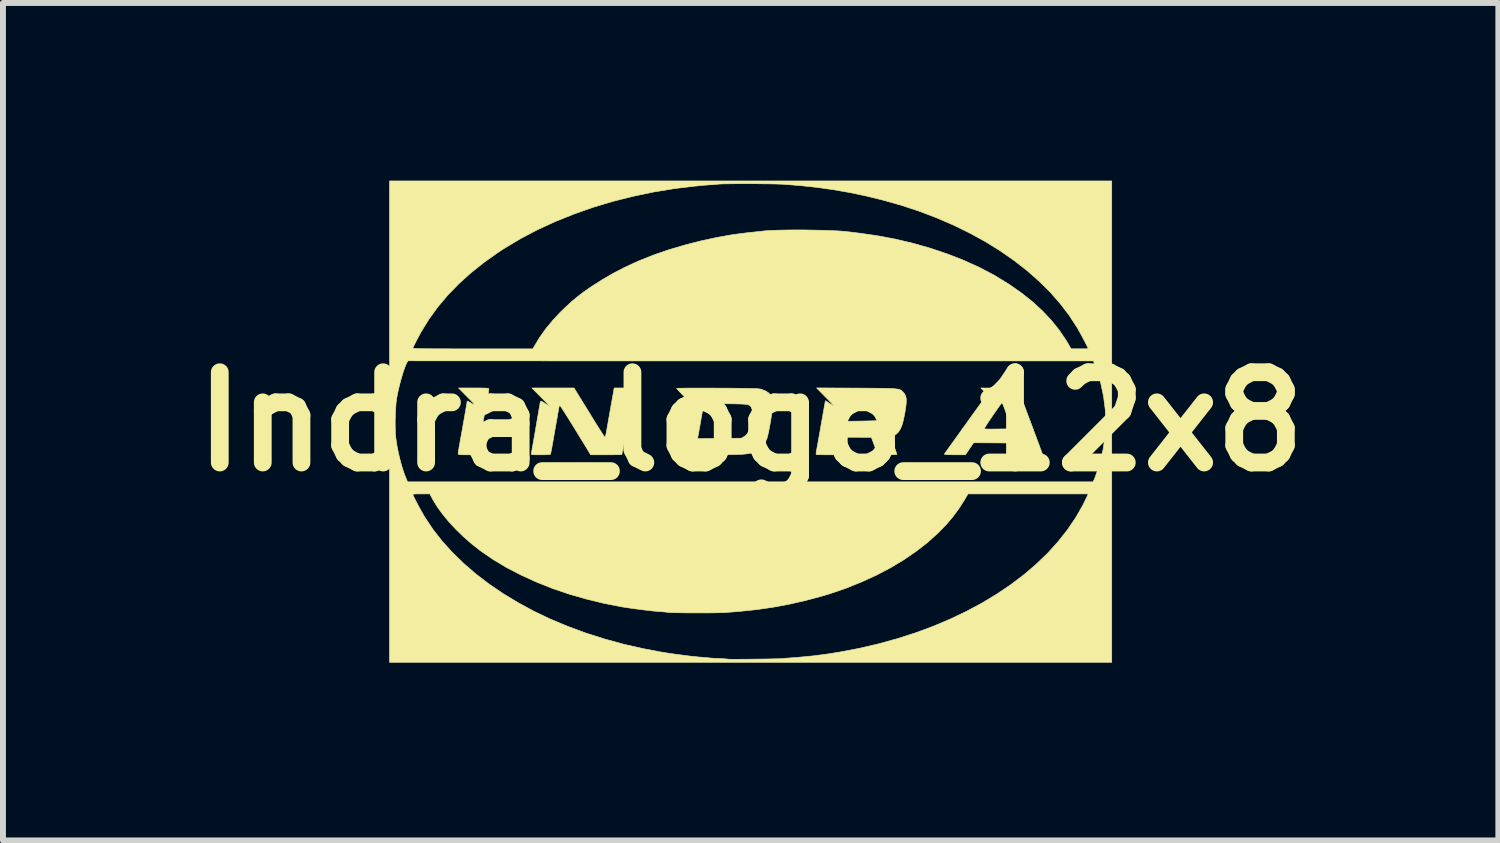
<source format=kicad_pcb>
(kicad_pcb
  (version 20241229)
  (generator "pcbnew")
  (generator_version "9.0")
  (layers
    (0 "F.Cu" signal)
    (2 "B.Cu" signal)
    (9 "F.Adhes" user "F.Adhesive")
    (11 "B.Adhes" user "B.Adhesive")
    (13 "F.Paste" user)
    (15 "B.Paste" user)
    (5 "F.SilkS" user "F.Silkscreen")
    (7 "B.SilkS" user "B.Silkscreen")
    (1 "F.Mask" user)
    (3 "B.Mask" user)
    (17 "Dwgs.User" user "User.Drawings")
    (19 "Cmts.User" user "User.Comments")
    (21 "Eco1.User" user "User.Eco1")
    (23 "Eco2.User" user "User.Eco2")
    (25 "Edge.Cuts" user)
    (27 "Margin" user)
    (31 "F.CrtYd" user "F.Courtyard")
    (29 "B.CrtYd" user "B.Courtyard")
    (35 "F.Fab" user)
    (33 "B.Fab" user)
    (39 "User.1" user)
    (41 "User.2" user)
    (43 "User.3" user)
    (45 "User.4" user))
  (footprint "Indra_logo_12x8"
    (layer "F.Cu")
    (at 9.623 4.069)
    (property "Reference" "Indra_logo_12x8" (at 0 0 0) (layer "F.SilkS") (effects (font (size 1.524 1.524) (thickness 0.3))))
    (attr through_hole)
    (fp_poly (pts (xy -4.596 -0.569) (xy -4.534 -0.568) (xy -4.488 -0.567) (xy -4.455 -0.566) (xy -4.435 -0.563) (xy -4.424 -0.56) (xy -4.42 -0.555) (xy -4.42 -0.554) (xy -4.421 -0.539) (xy -4.426 -0.509) (xy -4.433 -0.466) (xy -4.442 -0.416) (xy -4.444 -0.405) (xy -4.456 -0.34) (xy -4.469 -0.265) (xy -4.483 -0.189) (xy -4.495 -0.122) (xy -4.52 0.023) (xy -4.542 0.148) (xy -4.561 0.255) (xy -4.577 0.345) (xy -4.589 0.417) (xy -4.599 0.473) (xy -4.606 0.514) (xy -4.611 0.54) (xy -4.613 0.552) (xy -4.613 0.554) (xy -4.622 0.555) (xy -4.649 0.557) (xy -4.689 0.558) (xy -4.739 0.559) (xy -4.775 0.559) (xy -4.836 0.559) (xy -4.879 0.558) (xy -4.908 0.557) (xy -4.925 0.554) (xy -4.934 0.55) (xy -4.937 0.544) (xy -4.938 0.536) (xy -4.936 0.519) (xy -4.931 0.485) (xy -4.924 0.439) (xy -4.914 0.385) (xy -4.907 0.345) (xy -4.886 0.228) (xy -4.866 0.118) (xy -4.848 0.015) (xy -4.831 -0.078) (xy -4.817 -0.16) (xy -4.805 -0.23) (xy -4.795 -0.285) (xy -4.789 -0.324) (xy -4.786 -0.345) (xy -4.785 -0.348) (xy -4.777 -0.346) (xy -4.756 -0.336) (xy -4.725 -0.318) (xy -4.702 -0.304) (xy -4.618 -0.252) (xy -4.775 -0.41) (xy -4.932 -0.569) (xy -4.676 -0.569) (xy -4.596 -0.569)) (stroke (width 0.01) (type solid)) (fill yes) (layer "F.SilkS"))
    (fp_poly (pts (xy 4.199 -0.567) (xy 4.512 -0.564) (xy 4.713 -0.025) (xy 4.751 0.075) (xy 4.786 0.17) (xy 4.819 0.257) (xy 4.848 0.336) (xy 4.874 0.405) (xy 4.894 0.461) (xy 4.91 0.503) (xy 4.919 0.528) (xy 4.922 0.536) (xy 4.929 0.559) (xy 4.564 0.559) (xy 4.529 0.46) (xy 4.493 0.361) (xy 4.129 0.358) (xy 3.764 0.356) (xy 3.695 0.457) (xy 3.626 0.559) (xy 3.449 0.559) (xy 3.391 0.558) (xy 3.342 0.557) (xy 3.303 0.555) (xy 3.279 0.552) (xy 3.272 0.55) (xy 3.277 0.536) (xy 3.29 0.517) (xy 3.3 0.504) (xy 3.32 0.477) (xy 3.349 0.436) (xy 3.387 0.383) (xy 3.432 0.321) (xy 3.483 0.25) (xy 3.539 0.172) (xy 3.574 0.122) (xy 3.943 0.122) (xy 3.955 0.123) (xy 3.984 0.124) (xy 4.027 0.125) (xy 4.082 0.125) (xy 4.146 0.124) (xy 4.179 0.124) (xy 4.408 0.121) (xy 4.362 -0.008) (xy 4.341 -0.066) (xy 4.319 -0.128) (xy 4.299 -0.185) (xy 4.284 -0.227) (xy 4.269 -0.266) (xy 4.256 -0.297) (xy 4.247 -0.315) (xy 4.244 -0.319) (xy 4.236 -0.311) (xy 4.219 -0.29) (xy 4.194 -0.256) (xy 4.164 -0.214) (xy 4.13 -0.166) (xy 4.095 -0.115) (xy 4.059 -0.062) (xy 4.025 -0.012) (xy 3.994 0.035) (xy 3.969 0.074) (xy 3.952 0.103) (xy 3.943 0.119) (xy 3.943 0.122) (xy 3.574 0.122) (xy 3.598 0.089) (xy 3.622 0.056) (xy 3.682 -0.028) (xy 3.739 -0.108) (xy 3.792 -0.181) (xy 3.839 -0.246) (xy 3.88 -0.302) (xy 3.913 -0.347) (xy 3.937 -0.38) (xy 3.95 -0.398) (xy 3.953 -0.401) (xy 3.964 -0.411) (xy 3.975 -0.414) (xy 3.991 -0.407) (xy 4.019 -0.391) (xy 4.02 -0.39) (xy 4.054 -0.369) (xy 4.086 -0.349) (xy 4.1 -0.341) (xy 4.103 -0.341) (xy 4.093 -0.354) (xy 4.073 -0.378) (xy 4.043 -0.41) (xy 4.008 -0.445) (xy 3.886 -0.569) (xy 4.199 -0.567)) (stroke (width 0.01) (type solid)) (fill yes) (layer "F.SilkS"))
    (fp_poly (pts (xy -2.082 -0.569) (xy -2.038 -0.568) (xy -2.01 -0.566) (xy -1.992 -0.564) (xy -1.984 -0.559) (xy -1.981 -0.553) (xy -1.981 -0.551) (xy -1.983 -0.536) (xy -1.988 -0.504) (xy -1.995 -0.459) (xy -2.004 -0.406) (xy -2.012 -0.361) (xy -2.024 -0.293) (xy -2.036 -0.222) (xy -2.048 -0.155) (xy -2.058 -0.098) (xy -2.062 -0.076) (xy -2.071 -0.023) (xy -2.083 0.042) (xy -2.095 0.112) (xy -2.106 0.179) (xy -2.108 0.188) (xy -2.119 0.252) (xy -2.131 0.321) (xy -2.143 0.385) (xy -2.153 0.438) (xy -2.154 0.445) (xy -2.163 0.489) (xy -2.169 0.524) (xy -2.173 0.548) (xy -2.174 0.554) (xy -2.184 0.555) (xy -2.211 0.557) (xy -2.254 0.557) (xy -2.308 0.558) (xy -2.373 0.559) (xy -2.437 0.559) (xy -2.701 0.559) (xy -2.801 0.394) (xy -2.878 0.269) (xy -2.948 0.154) (xy -3.011 0.052) (xy -3.067 -0.038) (xy -3.116 -0.115) (xy -3.155 -0.177) (xy -3.186 -0.225) (xy -3.208 -0.257) (xy -3.22 -0.273) (xy -3.222 -0.274) (xy -3.226 -0.273) (xy -3.23 -0.268) (xy -3.233 -0.256) (xy -3.238 -0.234) (xy -3.245 -0.198) (xy -3.254 -0.146) (xy -3.256 -0.137) (xy -3.264 -0.086) (xy -3.275 -0.024) (xy -3.286 0.037) (xy -3.291 0.066) (xy -3.3 0.115) (xy -3.311 0.178) (xy -3.323 0.248) (xy -3.335 0.319) (xy -3.343 0.36) (xy -3.353 0.419) (xy -3.363 0.471) (xy -3.371 0.512) (xy -3.377 0.54) (xy -3.38 0.551) (xy -3.391 0.554) (xy -3.419 0.556) (xy -3.46 0.558) (xy -3.511 0.559) (xy -3.547 0.559) (xy -3.608 0.559) (xy -3.651 0.558) (xy -3.68 0.556) (xy -3.697 0.554) (xy -3.704 0.55) (xy -3.705 0.544) (xy -3.704 0.541) (xy -3.701 0.525) (xy -3.695 0.493) (xy -3.687 0.449) (xy -3.678 0.398) (xy -3.674 0.376) (xy -3.647 0.223) (xy -3.624 0.089) (xy -3.605 -0.026) (xy -3.588 -0.122) (xy -3.575 -0.199) (xy -3.564 -0.259) (xy -3.557 -0.301) (xy -3.552 -0.326) (xy -3.551 -0.333) (xy -3.547 -0.343) (xy -3.541 -0.347) (xy -3.528 -0.343) (xy -3.505 -0.329) (xy -3.477 -0.312) (xy -3.443 -0.29) (xy -3.414 -0.272) (xy -3.395 -0.261) (xy -3.393 -0.26) (xy -3.396 -0.264) (xy -3.411 -0.281) (xy -3.436 -0.308) (xy -3.471 -0.344) (xy -3.513 -0.387) (xy -3.536 -0.41) (xy -3.693 -0.569) (xy -3.337 -0.569) (xy -2.982 -0.569) (xy -2.727 -0.156) (xy -2.676 -0.073) (xy -2.628 0.005) (xy -2.584 0.075) (xy -2.545 0.137) (xy -2.512 0.188) (xy -2.487 0.227) (xy -2.47 0.252) (xy -2.462 0.261) (xy -2.462 0.261) (xy -2.455 0.254) (xy -2.447 0.228) (xy -2.438 0.188) (xy -2.434 0.166) (xy -2.418 0.076) (xy -2.403 -0.013) (xy -2.387 -0.1) (xy -2.373 -0.181) (xy -2.36 -0.253) (xy -2.35 -0.311) (xy -2.342 -0.353) (xy -2.342 -0.356) (xy -2.333 -0.406) (xy -2.323 -0.46) (xy -2.316 -0.5) (xy -2.304 -0.569) (xy -2.143 -0.569) (xy -2.082 -0.569)) (stroke (width 0.01) (type solid)) (fill yes) (layer "F.SilkS"))
    (fp_poly (pts (xy -0.74 -0.567) (xy -0.628 -0.567) (xy -0.561 -0.566) (xy -0.424 -0.566) (xy -0.306 -0.565) (xy -0.205 -0.564) (xy -0.12 -0.563) (xy -0.049 -0.562) (xy 0.009 -0.561) (xy 0.057 -0.559) (xy 0.094 -0.558) (xy 0.124 -0.556) (xy 0.147 -0.553) (xy 0.165 -0.55) (xy 0.18 -0.547) (xy 0.186 -0.545) (xy 0.257 -0.517) (xy 0.311 -0.479) (xy 0.348 -0.43) (xy 0.369 -0.369) (xy 0.376 -0.299) (xy 0.374 -0.265) (xy 0.368 -0.216) (xy 0.36 -0.155) (xy 0.349 -0.086) (xy 0.337 -0.013) (xy 0.324 0.061) (xy 0.311 0.131) (xy 0.298 0.193) (xy 0.286 0.245) (xy 0.276 0.281) (xy 0.274 0.288) (xy 0.234 0.368) (xy 0.181 0.434) (xy 0.116 0.485) (xy 0.063 0.511) (xy 0.037 0.521) (xy 0.011 0.529) (xy -0.018 0.536) (xy -0.052 0.541) (xy -0.091 0.546) (xy -0.138 0.55) (xy -0.195 0.553) (xy -0.263 0.555) (xy -0.344 0.556) (xy -0.44 0.557) (xy -0.552 0.558) (xy -0.682 0.558) (xy -0.709 0.558) (xy -0.813 0.558) (xy -0.912 0.558) (xy -1.002 0.558) (xy -1.082 0.557) (xy -1.15 0.556) (xy -1.205 0.555) (xy -1.244 0.554) (xy -1.266 0.552) (xy -1.27 0.551) (xy -1.268 0.535) (xy -1.263 0.502) (xy -1.256 0.455) (xy -1.245 0.396) (xy -1.233 0.328) (xy -1.226 0.286) (xy -0.897 0.286) (xy -0.527 0.283) (xy -0.157 0.279) (xy -0.11 0.252) (xy -0.082 0.232) (xy -0.059 0.207) (xy -0.04 0.174) (xy -0.024 0.13) (xy -0.009 0.072) (xy 0.006 -0.002) (xy 0.017 -0.067) (xy 0.025 -0.115) (xy 0.029 -0.151) (xy 0.029 -0.178) (xy 0.026 -0.2) (xy 0.019 -0.22) (xy 0.016 -0.228) (xy 0.008 -0.246) (xy -0.001 -0.26) (xy -0.013 -0.272) (xy -0.029 -0.281) (xy -0.053 -0.288) (xy -0.086 -0.293) (xy -0.129 -0.297) (xy -0.185 -0.299) (xy -0.257 -0.301) (xy -0.344 -0.302) (xy -0.428 -0.303) (xy -0.79 -0.306) (xy -0.796 -0.272) (xy -0.8 -0.253) (xy -0.807 -0.217) (xy -0.816 -0.167) (xy -0.826 -0.108) (xy -0.838 -0.042) (xy -0.843 -0.01) (xy -0.855 0.058) (xy -0.866 0.12) (xy -0.876 0.175) (xy -0.884 0.218) (xy -0.889 0.245) (xy -0.89 0.252) (xy -0.897 0.286) (xy -1.226 0.286) (xy -1.22 0.253) (xy -1.206 0.173) (xy -1.191 0.091) (xy -1.175 0.01) (xy -1.161 -0.069) (xy -1.147 -0.142) (xy -1.134 -0.208) (xy -1.123 -0.264) (xy -1.114 -0.307) (xy -1.108 -0.335) (xy -1.105 -0.345) (xy -1.105 -0.345) (xy -1.09 -0.34) (xy -1.069 -0.327) (xy -1.068 -0.327) (xy -1.03 -0.301) (xy -1.005 -0.287) (xy -0.994 -0.283) (xy -0.997 -0.291) (xy -1.013 -0.312) (xy -1.044 -0.345) (xy -1.089 -0.391) (xy -1.105 -0.408) (xy -1.149 -0.452) (xy -1.187 -0.492) (xy -1.218 -0.525) (xy -1.24 -0.549) (xy -1.249 -0.561) (xy -1.25 -0.562) (xy -1.24 -0.563) (xy -1.211 -0.565) (xy -1.166 -0.565) (xy -1.105 -0.566) (xy -1.03 -0.567) (xy -0.943 -0.567) (xy -0.846 -0.567) (xy -0.74 -0.567)) (stroke (width 0.01) (type solid)) (fill yes) (layer "F.SilkS"))
    (fp_poly (pts (xy 1.783 -0.567) (xy 1.923 -0.566) (xy 2.043 -0.565) (xy 2.147 -0.564) (xy 2.235 -0.563) (xy 2.308 -0.562) (xy 2.368 -0.56) (xy 2.417 -0.557) (xy 2.456 -0.553) (xy 2.487 -0.549) (xy 2.511 -0.543) (xy 2.53 -0.536) (xy 2.544 -0.527) (xy 2.556 -0.517) (xy 2.568 -0.506) (xy 2.58 -0.492) (xy 2.58 -0.492) (xy 2.601 -0.464) (xy 2.616 -0.435) (xy 2.625 -0.4) (xy 2.628 -0.359) (xy 2.626 -0.306) (xy 2.618 -0.24) (xy 2.605 -0.158) (xy 2.602 -0.141) (xy 2.582 -0.043) (xy 2.562 0.037) (xy 2.538 0.101) (xy 2.511 0.152) (xy 2.479 0.192) (xy 2.441 0.223) (xy 2.421 0.236) (xy 2.389 0.255) (xy 2.374 0.27) (xy 2.373 0.283) (xy 2.373 0.283) (xy 2.382 0.309) (xy 2.396 0.345) (xy 2.411 0.387) (xy 2.427 0.432) (xy 2.443 0.476) (xy 2.456 0.513) (xy 2.465 0.54) (xy 2.469 0.552) (xy 2.469 0.552) (xy 2.459 0.555) (xy 2.433 0.556) (xy 2.393 0.558) (xy 2.343 0.559) (xy 2.307 0.559) (xy 2.146 0.559) (xy 2.092 0.411) (xy 2.038 0.264) (xy 1.789 0.263) (xy 1.703 0.263) (xy 1.635 0.263) (xy 1.584 0.263) (xy 1.546 0.264) (xy 1.519 0.265) (xy 1.502 0.267) (xy 1.491 0.269) (xy 1.485 0.273) (xy 1.482 0.276) (xy 1.477 0.291) (xy 1.471 0.319) (xy 1.465 0.356) (xy 1.464 0.359) (xy 1.456 0.408) (xy 1.447 0.46) (xy 1.441 0.495) (xy 1.43 0.559) (xy 1.271 0.559) (xy 1.216 0.558) (xy 1.168 0.558) (xy 1.132 0.556) (xy 1.11 0.555) (xy 1.105 0.553) (xy 1.105 0.541) (xy 1.107 0.515) (xy 1.113 0.481) (xy 1.114 0.48) (xy 1.118 0.454) (xy 1.126 0.41) (xy 1.137 0.352) (xy 1.149 0.283) (xy 1.163 0.206) (xy 1.177 0.123) (xy 1.188 0.06) (xy 1.203 -0.024) (xy 1.203 -0.025) (xy 1.535 -0.025) (xy 1.535 -0.02) (xy 1.538 -0.015) (xy 1.545 -0.012) (xy 1.559 -0.01) (xy 1.581 -0.008) (xy 1.614 -0.008) (xy 1.659 -0.007) (xy 1.719 -0.008) (xy 1.796 -0.009) (xy 1.867 -0.01) (xy 1.967 -0.012) (xy 2.049 -0.014) (xy 2.113 -0.016) (xy 2.161 -0.019) (xy 2.195 -0.022) (xy 2.216 -0.026) (xy 2.222 -0.028) (xy 2.243 -0.047) (xy 2.261 -0.071) (xy 2.273 -0.104) (xy 2.282 -0.146) (xy 2.287 -0.189) (xy 2.287 -0.227) (xy 2.284 -0.246) (xy 2.278 -0.26) (xy 2.27 -0.271) (xy 2.258 -0.28) (xy 2.24 -0.287) (xy 2.214 -0.292) (xy 2.177 -0.296) (xy 2.128 -0.298) (xy 2.064 -0.299) (xy 1.984 -0.3) (xy 1.901 -0.3) (xy 1.58 -0.3) (xy 1.558 -0.173) (xy 1.549 -0.123) (xy 1.542 -0.078) (xy 1.537 -0.045) (xy 1.535 -0.026) (xy 1.535 -0.025) (xy 1.203 -0.025) (xy 1.217 -0.102) (xy 1.229 -0.172) (xy 1.24 -0.232) (xy 1.248 -0.279) (xy 1.254 -0.311) (xy 1.256 -0.323) (xy 1.262 -0.354) (xy 1.33 -0.311) (xy 1.364 -0.289) (xy 1.392 -0.272) (xy 1.411 -0.261) (xy 1.412 -0.26) (xy 1.41 -0.264) (xy 1.395 -0.281) (xy 1.369 -0.308) (xy 1.335 -0.344) (xy 1.293 -0.387) (xy 1.27 -0.41) (xy 1.113 -0.57) (xy 1.783 -0.567)) (stroke (width 0.01) (type solid)) (fill yes) (layer "F.SilkS"))
    (fp_poly (pts (xy 6.096 4.064) (xy -6.096 4.064) (xy -6.096 1.23) (xy -5.703 1.23) (xy -5.702 1.236) (xy -5.702 1.237) (xy -5.689 1.266) (xy -5.667 1.309) (xy -5.64 1.362) (xy -5.609 1.42) (xy -5.577 1.479) (xy -5.546 1.535) (xy -5.518 1.584) (xy -5.5 1.614) (xy -5.364 1.818) (xy -5.209 2.016) (xy -5.036 2.207) (xy -4.846 2.392) (xy -4.64 2.57) (xy -4.418 2.74) (xy -4.18 2.902) (xy -3.929 3.054) (xy -3.665 3.197) (xy -3.388 3.33) (xy -3.099 3.451) (xy -2.8 3.562) (xy -2.769 3.573) (xy -2.455 3.672) (xy -2.14 3.758) (xy -1.818 3.831) (xy -1.526 3.887) (xy -1.455 3.898) (xy -1.374 3.911) (xy -1.284 3.924) (xy -1.191 3.936) (xy -1.099 3.948) (xy -1.011 3.959) (xy -0.932 3.967) (xy -0.865 3.974) (xy -0.823 3.977) (xy -0.779 3.981) (xy -0.74 3.984) (xy -0.713 3.987) (xy -0.706 3.988) (xy -0.689 3.99) (xy -0.656 3.992) (xy -0.611 3.995) (xy -0.558 3.998) (xy -0.533 3.999) (xy -0.48 4.001) (xy -0.434 4.004) (xy -0.399 4.007) (xy -0.379 4.009) (xy -0.376 4.01) (xy -0.365 4.011) (xy -0.336 4.011) (xy -0.292 4.012) (xy -0.235 4.012) (xy -0.168 4.011) (xy -0.093 4.011) (xy -0.012 4.01) (xy 0.071 4.009) (xy 0.155 4.008) (xy 0.237 4.007) (xy 0.314 4.006) (xy 0.384 4.004) (xy 0.444 4.003) (xy 0.493 4.002) (xy 0.527 4.001) (xy 0.543 3.999) (xy 0.544 3.999) (xy 0.567 3.996) (xy 0.604 3.993) (xy 0.649 3.99) (xy 0.676 3.988) (xy 0.724 3.984) (xy 0.787 3.979) (xy 0.858 3.973) (xy 0.932 3.966) (xy 1.002 3.959) (xy 1.063 3.953) (xy 1.107 3.947) (xy 1.187 3.937) (xy 1.254 3.928) (xy 1.313 3.92) (xy 1.371 3.911) (xy 1.435 3.9) (xy 1.494 3.891) (xy 1.83 3.827) (xy 2.158 3.751) (xy 2.476 3.663) (xy 2.785 3.564) (xy 3.084 3.453) (xy 3.371 3.332) (xy 3.647 3.2) (xy 3.91 3.059) (xy 4.16 2.908) (xy 4.396 2.748) (xy 4.618 2.58) (xy 4.824 2.403) (xy 5.015 2.219) (xy 5.189 2.027) (xy 5.346 1.828) (xy 5.486 1.623) (xy 5.607 1.412) (xy 5.672 1.278) (xy 5.699 1.219) (xy 3.669 1.219) (xy 3.611 1.318) (xy 3.516 1.467) (xy 3.412 1.608) (xy 3.295 1.745) (xy 3.163 1.88) (xy 2.987 2.039) (xy 2.792 2.19) (xy 2.582 2.334) (xy 2.356 2.469) (xy 2.117 2.594) (xy 1.865 2.709) (xy 1.603 2.814) (xy 1.331 2.907) (xy 1.199 2.946) (xy 0.923 3.02) (xy 0.65 3.082) (xy 0.375 3.133) (xy 0.093 3.174) (xy -0.2 3.204) (xy -0.432 3.222) (xy -0.478 3.224) (xy -0.539 3.225) (xy -0.611 3.227) (xy -0.692 3.228) (xy -0.78 3.228) (xy -0.87 3.228) (xy -0.962 3.228) (xy -1.053 3.228) (xy -1.139 3.227) (xy -1.218 3.225) (xy -1.287 3.224) (xy -1.344 3.222) (xy -1.386 3.22) (xy -1.411 3.217) (xy -1.412 3.217) (xy -1.433 3.214) (xy -1.468 3.211) (xy -1.512 3.207) (xy -1.539 3.206) (xy -1.597 3.201) (xy -1.67 3.194) (xy -1.754 3.184) (xy -1.844 3.173) (xy -1.936 3.161) (xy -2.024 3.149) (xy -2.104 3.137) (xy -2.158 3.129) (xy -2.467 3.069) (xy -2.768 2.996) (xy -3.062 2.912) (xy -3.345 2.816) (xy -3.616 2.708) (xy -3.875 2.59) (xy -4.12 2.463) (xy -4.349 2.326) (xy -4.561 2.18) (xy -4.587 2.16) (xy -4.724 2.051) (xy -4.856 1.935) (xy -4.98 1.814) (xy -5.095 1.69) (xy -5.197 1.566) (xy -5.286 1.445) (xy -5.359 1.327) (xy -5.386 1.278) (xy -5.416 1.219) (xy -5.562 1.219) (xy -5.62 1.219) (xy -5.66 1.22) (xy -5.685 1.222) (xy -5.698 1.225) (xy -5.703 1.23) (xy -6.096 1.23) (xy -6.096 -0.02) (xy -6.001 -0.02) (xy -6.001 0.083) (xy -5.998 0.179) (xy -5.992 0.262) (xy -5.989 0.284) (xy -5.971 0.405) (xy -5.946 0.531) (xy -5.916 0.657) (xy -5.882 0.778) (xy -5.845 0.888) (xy -5.813 0.968) (xy -5.792 1.016) (xy 5.78 1.016) (xy 5.791 0.995) (xy 5.803 0.97) (xy 5.818 0.93) (xy 5.836 0.88) (xy 5.856 0.825) (xy 5.874 0.769) (xy 5.89 0.718) (xy 5.897 0.693) (xy 5.95 0.469) (xy 5.982 0.244) (xy 5.994 0.018) (xy 5.986 -0.207) (xy 5.957 -0.432) (xy 5.909 -0.657) (xy 5.84 -0.88) (xy 5.835 -0.894) (xy 5.787 -1.026) (xy 0.008 -1.026) (xy -0.334 -1.026) (xy -0.67 -1.026) (xy -1.001 -1.026) (xy -1.326 -1.026) (xy -1.644 -1.026) (xy -1.955 -1.026) (xy -2.258 -1.026) (xy -2.553 -1.026) (xy -2.838 -1.026) (xy -3.114 -1.026) (xy -3.379 -1.026) (xy -3.634 -1.027) (xy -3.877 -1.027) (xy -4.109 -1.027) (xy -4.328 -1.027) (xy -4.534 -1.027) (xy -4.726 -1.027) (xy -4.904 -1.027) (xy -5.067 -1.027) (xy -5.215 -1.027) (xy -5.347 -1.027) (xy -5.463 -1.027) (xy -5.561 -1.027) (xy -5.642 -1.027) (xy -5.705 -1.028) (xy -5.749 -1.028) (xy -5.773 -1.028) (xy -5.779 -1.028) (xy -5.79 -1.02) (xy -5.805 -0.995) (xy -5.823 -0.956) (xy -5.843 -0.903) (xy -5.865 -0.841) (xy -5.886 -0.771) (xy -5.908 -0.696) (xy -5.928 -0.618) (xy -5.947 -0.54) (xy -5.963 -0.464) (xy -5.976 -0.396) (xy -5.986 -0.319) (xy -5.993 -0.226) (xy -5.998 -0.125) (xy -6.001 -0.02) (xy -6.096 -0.02) (xy -6.096 -1.246) (xy -5.703 -1.246) (xy -5.703 -1.243) (xy -5.699 -1.241) (xy -5.692 -1.239) (xy -5.678 -1.237) (xy -5.658 -1.235) (xy -5.63 -1.234) (xy -5.593 -1.233) (xy -5.546 -1.232) (xy -5.488 -1.231) (xy -5.417 -1.231) (xy -5.333 -1.23) (xy -5.234 -1.23) (xy -5.119 -1.23) (xy -4.987 -1.229) (xy -4.836 -1.229) (xy -4.693 -1.229) (xy -3.677 -1.229) (xy -3.66 -1.261) (xy -3.564 -1.42) (xy -3.456 -1.572) (xy -3.333 -1.72) (xy -3.211 -1.85) (xy -3.114 -1.944) (xy -3.023 -2.027) (xy -2.932 -2.103) (xy -2.836 -2.177) (xy -2.73 -2.252) (xy -2.657 -2.301) (xy -2.481 -2.412) (xy -2.307 -2.512) (xy -2.129 -2.604) (xy -1.939 -2.692) (xy -1.88 -2.718) (xy -1.639 -2.814) (xy -1.383 -2.902) (xy -1.117 -2.981) (xy -0.844 -3.051) (xy -0.568 -3.111) (xy -0.295 -3.159) (xy -0.028 -3.193) (xy 0.041 -3.2) (xy 0.09 -3.205) (xy 0.136 -3.21) (xy 0.171 -3.213) (xy 0.188 -3.216) (xy 0.247 -3.222) (xy 0.323 -3.227) (xy 0.414 -3.231) (xy 0.517 -3.234) (xy 0.629 -3.236) (xy 0.748 -3.237) (xy 0.872 -3.237) (xy 0.996 -3.235) (xy 1.119 -3.233) (xy 1.238 -3.23) (xy 1.35 -3.226) (xy 1.452 -3.222) (xy 1.542 -3.216) (xy 1.617 -3.209) (xy 1.651 -3.205) (xy 1.672 -3.203) (xy 1.709 -3.198) (xy 1.756 -3.192) (xy 1.809 -3.186) (xy 1.819 -3.185) (xy 2.128 -3.141) (xy 2.435 -3.084) (xy 2.737 -3.013) (xy 3.032 -2.929) (xy 3.318 -2.833) (xy 3.593 -2.726) (xy 3.854 -2.608) (xy 4.099 -2.48) (xy 4.145 -2.453) (xy 4.365 -2.318) (xy 4.569 -2.175) (xy 4.757 -2.026) (xy 4.927 -1.87) (xy 5.079 -1.708) (xy 5.213 -1.541) (xy 5.328 -1.37) (xy 5.346 -1.34) (xy 5.41 -1.23) (xy 5.555 -1.23) (xy 5.607 -1.23) (xy 5.65 -1.23) (xy 5.682 -1.231) (xy 5.698 -1.232) (xy 5.7 -1.233) (xy 5.695 -1.244) (xy 5.683 -1.27) (xy 5.664 -1.307) (xy 5.641 -1.352) (xy 5.615 -1.401) (xy 5.588 -1.452) (xy 5.562 -1.5) (xy 5.538 -1.543) (xy 5.519 -1.577) (xy 5.514 -1.585) (xy 5.38 -1.791) (xy 5.228 -1.991) (xy 5.058 -2.185) (xy 4.87 -2.371) (xy 4.666 -2.551) (xy 4.446 -2.722) (xy 4.212 -2.885) (xy 3.963 -3.039) (xy 3.701 -3.183) (xy 3.427 -3.317) (xy 3.141 -3.441) (xy 2.844 -3.554) (xy 2.537 -3.655) (xy 2.22 -3.744) (xy 2.22 -3.744) (xy 1.941 -3.812) (xy 1.669 -3.869) (xy 1.399 -3.916) (xy 1.126 -3.955) (xy 0.845 -3.985) (xy 0.554 -4.008) (xy 0.509 -4.01) (xy 0.449 -4.012) (xy 0.376 -4.014) (xy 0.294 -4.015) (xy 0.205 -4.016) (xy 0.11 -4.017) (xy 0.014 -4.018) (xy -0.083 -4.018) (xy -0.177 -4.018) (xy -0.266 -4.017) (xy -0.347 -4.016) (xy -0.418 -4.015) (xy -0.477 -4.014) (xy -0.521 -4.012) (xy -0.547 -4.01) (xy -0.549 -4.01) (xy -0.569 -4.008) (xy -0.604 -4.005) (xy -0.649 -4.001) (xy -0.691 -3.999) (xy -0.741 -3.995) (xy -0.786 -3.992) (xy -0.821 -3.989) (xy -0.838 -3.988) (xy -0.865 -3.984) (xy -0.903 -3.98) (xy -0.93 -3.978) (xy -1.288 -3.935) (xy -1.641 -3.877) (xy -1.989 -3.804) (xy -2.331 -3.718) (xy -2.664 -3.618) (xy -2.987 -3.504) (xy -3.298 -3.379) (xy -3.598 -3.241) (xy -3.883 -3.091) (xy -4.153 -2.93) (xy -4.257 -2.862) (xy -4.499 -2.691) (xy -4.722 -2.513) (xy -4.926 -2.329) (xy -5.112 -2.138) (xy -5.279 -1.94) (xy -5.429 -1.734) (xy -5.561 -1.52) (xy -5.627 -1.398) (xy -5.652 -1.349) (xy -5.674 -1.306) (xy -5.691 -1.272) (xy -5.701 -1.25) (xy -5.703 -1.246) (xy -6.096 -1.246) (xy -6.096 -4.064) (xy 6.096 -4.064) (xy 6.096 4.064)) (stroke (width 0.01) (type solid)) (fill yes) (layer "F.SilkS")))
  (gr_rect
    (start -3 -3)
    (end 22.246 11.138)
    (stroke (width 0.1) (type default))
    (fill no)
    (layer "Edge.Cuts")))
</source>
